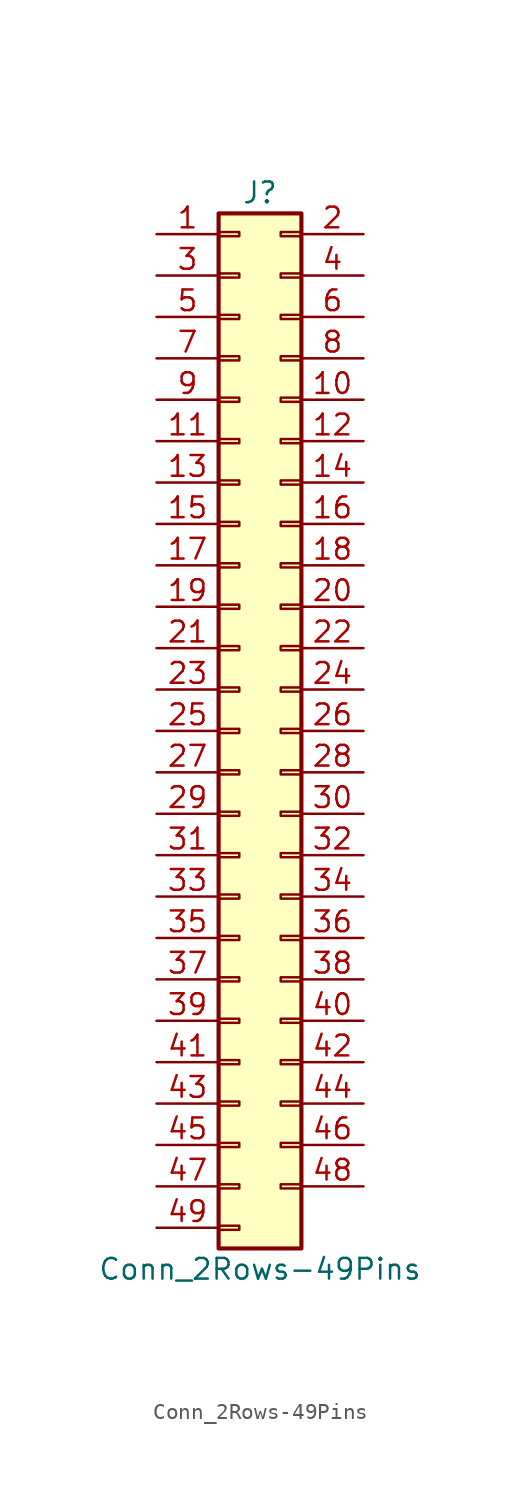
<source format=kicad_sym>
(kicad_symbol_lib
  (version 20201005)
  (generator kicad_symbol_editor)
  (symbol "Connector_Generic:Conn_2Rows-49Pins"
    (pin_names
      (offset 1.016) hide)
    (property "Reference" "J"
      (at 1.27 33.02 0)
      (effects (font (size 1.27 1.27))))
    (property "Value" "Conn_2Rows-49Pins"
      (at 1.27 -33.02 0)
      (effects (font (size 1.27 1.27))))
    (symbol "Conn_2Rows-49Pins_1_1"
      (rectangle (start -1.27 -27.813) (end 0 -28.067) (stroke (width 0.152)) (fill (type none)))
      (rectangle (start -1.27 -30.353) (end 0 -30.607) (stroke (width 0.152)) (fill (type none)))
      (rectangle (start -1.27 -4.953) (end 0 -5.207) (stroke (width 0.152)) (fill (type none)))
      (rectangle (start -1.27 -7.493) (end 0 -7.747) (stroke (width 0.152)) (fill (type none)))
      (rectangle (start -1.27 -10.033) (end 0 -10.287) (stroke (width 0.152)) (fill (type none)))
      (rectangle (start -1.27 -12.573) (end 0 -12.827) (stroke (width 0.152)) (fill (type none)))
      (rectangle (start -1.27 -15.113) (end 0 -15.367) (stroke (width 0.152)) (fill (type none)))
      (rectangle (start -1.27 -17.653) (end 0 -17.907) (stroke (width 0.152)) (fill (type none)))
      (rectangle (start -1.27 -20.193) (end 0 -20.447) (stroke (width 0.152)) (fill (type none)))
      (rectangle (start -1.27 -22.733) (end 0 -22.987) (stroke (width 0.152)) (fill (type none)))
      (rectangle (start -1.27 -2.413) (end 0 -2.667) (stroke (width 0.152)) (fill (type none)))
      (rectangle (start -1.27 -25.273) (end 0 -25.527) (stroke (width 0.152)) (fill (type none)))
      (rectangle (start -1.27 25.527) (end 0 25.273) (stroke (width 0.152)) (fill (type none)))
      (rectangle (start -1.27 2.667) (end 0 2.413) (stroke (width 0.152)) (fill (type none)))
      (rectangle (start -1.27 28.067) (end 0 27.813) (stroke (width 0.152)) (fill (type none)))
      (rectangle (start -1.27 30.607) (end 0 30.353) (stroke (width 0.152)) (fill (type none)))
      (rectangle (start -1.27 31.75) (end 3.81 -31.75) (stroke (width 0.254)) (fill (type background)))
      (rectangle (start -1.27 5.207) (end 0 4.953) (stroke (width 0.152)) (fill (type none)))
      (rectangle (start -1.27 7.747) (end 0 7.493) (stroke (width 0.152)) (fill (type none)))
      (rectangle (start -1.27 10.287) (end 0 10.033) (stroke (width 0.152)) (fill (type none)))
      (rectangle (start -1.27 0.127) (end 0 -0.127) (stroke (width 0.152)) (fill (type none)))
      (rectangle (start -1.27 12.827) (end 0 12.573) (stroke (width 0.152)) (fill (type none)))
      (rectangle (start -1.27 15.367) (end 0 15.113) (stroke (width 0.152)) (fill (type none)))
      (rectangle (start -1.27 17.907) (end 0 17.653) (stroke (width 0.152)) (fill (type none)))
      (rectangle (start -1.27 20.447) (end 0 20.193) (stroke (width 0.152)) (fill (type none)))
      (rectangle (start -1.27 22.987) (end 0 22.733) (stroke (width 0.152)) (fill (type none)))
      (rectangle (start 3.81 -27.813) (end 2.54 -28.067) (stroke (width 0.152)) (fill (type none)))
      (rectangle (start 3.81 -4.953) (end 2.54 -5.207) (stroke (width 0.152)) (fill (type none)))
      (rectangle (start 3.81 -7.493) (end 2.54 -7.747) (stroke (width 0.152)) (fill (type none)))
      (rectangle (start 3.81 -10.033) (end 2.54 -10.287) (stroke (width 0.152)) (fill (type none)))
      (rectangle (start 3.81 -12.573) (end 2.54 -12.827) (stroke (width 0.152)) (fill (type none)))
      (rectangle (start 3.81 -15.113) (end 2.54 -15.367) (stroke (width 0.152)) (fill (type none)))
      (rectangle (start 3.81 -17.653) (end 2.54 -17.907) (stroke (width 0.152)) (fill (type none)))
      (rectangle (start 3.81 -20.193) (end 2.54 -20.447) (stroke (width 0.152)) (fill (type none)))
      (rectangle (start 3.81 -22.733) (end 2.54 -22.987) (stroke (width 0.152)) (fill (type none)))
      (rectangle (start 3.81 -2.413) (end 2.54 -2.667) (stroke (width 0.152)) (fill (type none)))
      (rectangle (start 3.81 -25.273) (end 2.54 -25.527) (stroke (width 0.152)) (fill (type none)))
      (rectangle (start 3.81 25.527) (end 2.54 25.273) (stroke (width 0.152)) (fill (type none)))
      (rectangle (start 3.81 2.667) (end 2.54 2.413) (stroke (width 0.152)) (fill (type none)))
      (rectangle (start 3.81 28.067) (end 2.54 27.813) (stroke (width 0.152)) (fill (type none)))
      (rectangle (start 3.81 30.607) (end 2.54 30.353) (stroke (width 0.152)) (fill (type none)))
      (rectangle (start 3.81 5.207) (end 2.54 4.953) (stroke (width 0.152)) (fill (type none)))
      (rectangle (start 3.81 7.747) (end 2.54 7.493) (stroke (width 0.152)) (fill (type none)))
      (rectangle (start 3.81 10.287) (end 2.54 10.033) (stroke (width 0.152)) (fill (type none)))
      (rectangle (start 3.81 0.127) (end 2.54 -0.127) (stroke (width 0.152)) (fill (type none)))
      (rectangle (start 3.81 12.827) (end 2.54 12.573) (stroke (width 0.152)) (fill (type none)))
      (rectangle (start 3.81 15.367) (end 2.54 15.113) (stroke (width 0.152)) (fill (type none)))
      (rectangle (start 3.81 17.907) (end 2.54 17.653) (stroke (width 0.152)) (fill (type none)))
      (rectangle (start 3.81 20.447) (end 2.54 20.193) (stroke (width 0.152)) (fill (type none)))
      (rectangle (start 3.81 22.987) (end 2.54 22.733) (stroke (width 0.152)) (fill (type none)))
      (pin passive line (at -5.08 30.48 0) (length 3.81) (name "Pin_1" (effects (font (size 1.27 1.27)))) (number "1" (effects (font (size 1.27 1.27)))))
      (pin passive line (at 7.62 20.32 180) (length 3.81) (name "Pin_10" (effects (font (size 1.27 1.27)))) (number "10" (effects (font (size 1.27 1.27)))))
      (pin passive line (at -5.08 17.78 0) (length 3.81) (name "Pin_11" (effects (font (size 1.27 1.27)))) (number "11" (effects (font (size 1.27 1.27)))))
      (pin passive line (at 7.62 17.78 180) (length 3.81) (name "Pin_12" (effects (font (size 1.27 1.27)))) (number "12" (effects (font (size 1.27 1.27)))))
      (pin passive line (at -5.08 15.24 0) (length 3.81) (name "Pin_13" (effects (font (size 1.27 1.27)))) (number "13" (effects (font (size 1.27 1.27)))))
      (pin passive line (at 7.62 15.24 180) (length 3.81) (name "Pin_14" (effects (font (size 1.27 1.27)))) (number "14" (effects (font (size 1.27 1.27)))))
      (pin passive line (at -5.08 12.7 0) (length 3.81) (name "Pin_15" (effects (font (size 1.27 1.27)))) (number "15" (effects (font (size 1.27 1.27)))))
      (pin passive line (at 7.62 12.7 180) (length 3.81) (name "Pin_16" (effects (font (size 1.27 1.27)))) (number "16" (effects (font (size 1.27 1.27)))))
      (pin passive line (at -5.08 10.16 0) (length 3.81) (name "Pin_17" (effects (font (size 1.27 1.27)))) (number "17" (effects (font (size 1.27 1.27)))))
      (pin passive line (at 7.62 10.16 180) (length 3.81) (name "Pin_18" (effects (font (size 1.27 1.27)))) (number "18" (effects (font (size 1.27 1.27)))))
      (pin passive line (at -5.08 7.62 0) (length 3.81) (name "Pin_19" (effects (font (size 1.27 1.27)))) (number "19" (effects (font (size 1.27 1.27)))))
      (pin passive line (at 7.62 30.48 180) (length 3.81) (name "Pin_2" (effects (font (size 1.27 1.27)))) (number "2" (effects (font (size 1.27 1.27)))))
      (pin passive line (at 7.62 7.62 180) (length 3.81) (name "Pin_20" (effects (font (size 1.27 1.27)))) (number "20" (effects (font (size 1.27 1.27)))))
      (pin passive line (at -5.08 5.08 0) (length 3.81) (name "Pin_21" (effects (font (size 1.27 1.27)))) (number "21" (effects (font (size 1.27 1.27)))))
      (pin passive line (at 7.62 5.08 180) (length 3.81) (name "Pin_22" (effects (font (size 1.27 1.27)))) (number "22" (effects (font (size 1.27 1.27)))))
      (pin passive line (at -5.08 2.54 0) (length 3.81) (name "Pin_23" (effects (font (size 1.27 1.27)))) (number "23" (effects (font (size 1.27 1.27)))))
      (pin passive line (at 7.62 2.54 180) (length 3.81) (name "Pin_24" (effects (font (size 1.27 1.27)))) (number "24" (effects (font (size 1.27 1.27)))))
      (pin passive line (at -5.08 0 0) (length 3.81) (name "Pin_25" (effects (font (size 1.27 1.27)))) (number "25" (effects (font (size 1.27 1.27)))))
      (pin passive line (at 7.62 0 180) (length 3.81) (name "Pin_26" (effects (font (size 1.27 1.27)))) (number "26" (effects (font (size 1.27 1.27)))))
      (pin passive line (at -5.08 -2.54 0) (length 3.81) (name "Pin_27" (effects (font (size 1.27 1.27)))) (number "27" (effects (font (size 1.27 1.27)))))
      (pin passive line (at 7.62 -2.54 180) (length 3.81) (name "Pin_28" (effects (font (size 1.27 1.27)))) (number "28" (effects (font (size 1.27 1.27)))))
      (pin passive line (at -5.08 -5.08 0) (length 3.81) (name "Pin_29" (effects (font (size 1.27 1.27)))) (number "29" (effects (font (size 1.27 1.27)))))
      (pin passive line (at -5.08 27.94 0) (length 3.81) (name "Pin_3" (effects (font (size 1.27 1.27)))) (number "3" (effects (font (size 1.27 1.27)))))
      (pin passive line (at 7.62 -5.08 180) (length 3.81) (name "Pin_30" (effects (font (size 1.27 1.27)))) (number "30" (effects (font (size 1.27 1.27)))))
      (pin passive line (at -5.08 -7.62 0) (length 3.81) (name "Pin_31" (effects (font (size 1.27 1.27)))) (number "31" (effects (font (size 1.27 1.27)))))
      (pin passive line (at 7.62 -7.62 180) (length 3.81) (name "Pin_32" (effects (font (size 1.27 1.27)))) (number "32" (effects (font (size 1.27 1.27)))))
      (pin passive line (at -5.08 -10.16 0) (length 3.81) (name "Pin_33" (effects (font (size 1.27 1.27)))) (number "33" (effects (font (size 1.27 1.27)))))
      (pin passive line (at 7.62 -10.16 180) (length 3.81) (name "Pin_34" (effects (font (size 1.27 1.27)))) (number "34" (effects (font (size 1.27 1.27)))))
      (pin passive line (at -5.08 -12.7 0) (length 3.81) (name "Pin_35" (effects (font (size 1.27 1.27)))) (number "35" (effects (font (size 1.27 1.27)))))
      (pin passive line (at 7.62 -12.7 180) (length 3.81) (name "Pin_36" (effects (font (size 1.27 1.27)))) (number "36" (effects (font (size 1.27 1.27)))))
      (pin passive line (at -5.08 -15.24 0) (length 3.81) (name "Pin_37" (effects (font (size 1.27 1.27)))) (number "37" (effects (font (size 1.27 1.27)))))
      (pin passive line (at 7.62 -15.24 180) (length 3.81) (name "Pin_38" (effects (font (size 1.27 1.27)))) (number "38" (effects (font (size 1.27 1.27)))))
      (pin passive line (at -5.08 -17.78 0) (length 3.81) (name "Pin_39" (effects (font (size 1.27 1.27)))) (number "39" (effects (font (size 1.27 1.27)))))
      (pin passive line (at 7.62 27.94 180) (length 3.81) (name "Pin_4" (effects (font (size 1.27 1.27)))) (number "4" (effects (font (size 1.27 1.27)))))
      (pin passive line (at 7.62 -17.78 180) (length 3.81) (name "Pin_40" (effects (font (size 1.27 1.27)))) (number "40" (effects (font (size 1.27 1.27)))))
      (pin passive line (at -5.08 -20.32 0) (length 3.81) (name "Pin_41" (effects (font (size 1.27 1.27)))) (number "41" (effects (font (size 1.27 1.27)))))
      (pin passive line (at 7.62 -20.32 180) (length 3.81) (name "Pin_42" (effects (font (size 1.27 1.27)))) (number "42" (effects (font (size 1.27 1.27)))))
      (pin passive line (at -5.08 -22.86 0) (length 3.81) (name "Pin_43" (effects (font (size 1.27 1.27)))) (number "43" (effects (font (size 1.27 1.27)))))
      (pin passive line (at 7.62 -22.86 180) (length 3.81) (name "Pin_44" (effects (font (size 1.27 1.27)))) (number "44" (effects (font (size 1.27 1.27)))))
      (pin passive line (at -5.08 -25.4 0) (length 3.81) (name "Pin_45" (effects (font (size 1.27 1.27)))) (number "45" (effects (font (size 1.27 1.27)))))
      (pin passive line (at 7.62 -25.4 180) (length 3.81) (name "Pin_46" (effects (font (size 1.27 1.27)))) (number "46" (effects (font (size 1.27 1.27)))))
      (pin passive line (at -5.08 -27.94 0) (length 3.81) (name "Pin_47" (effects (font (size 1.27 1.27)))) (number "47" (effects (font (size 1.27 1.27)))))
      (pin passive line (at 7.62 -27.94 180) (length 3.81) (name "Pin_48" (effects (font (size 1.27 1.27)))) (number "48" (effects (font (size 1.27 1.27)))))
      (pin passive line (at -5.08 -30.48 0) (length 3.81) (name "Pin_49" (effects (font (size 1.27 1.27)))) (number "49" (effects (font (size 1.27 1.27)))))
      (pin passive line (at -5.08 25.4 0) (length 3.81) (name "Pin_5" (effects (font (size 1.27 1.27)))) (number "5" (effects (font (size 1.27 1.27)))))
      (pin passive line (at 7.62 25.4 180) (length 3.81) (name "Pin_6" (effects (font (size 1.27 1.27)))) (number "6" (effects (font (size 1.27 1.27)))))
      (pin passive line (at -5.08 22.86 0) (length 3.81) (name "Pin_7" (effects (font (size 1.27 1.27)))) (number "7" (effects (font (size 1.27 1.27)))))
      (pin passive line (at 7.62 22.86 180) (length 3.81) (name "Pin_8" (effects (font (size 1.27 1.27)))) (number "8" (effects (font (size 1.27 1.27)))))
      (pin passive line (at -5.08 20.32 0) (length 3.81) (name "Pin_9" (effects (font (size 1.27 1.27)))) (number "9" (effects (font (size 1.27 1.27))))))))
</source>
